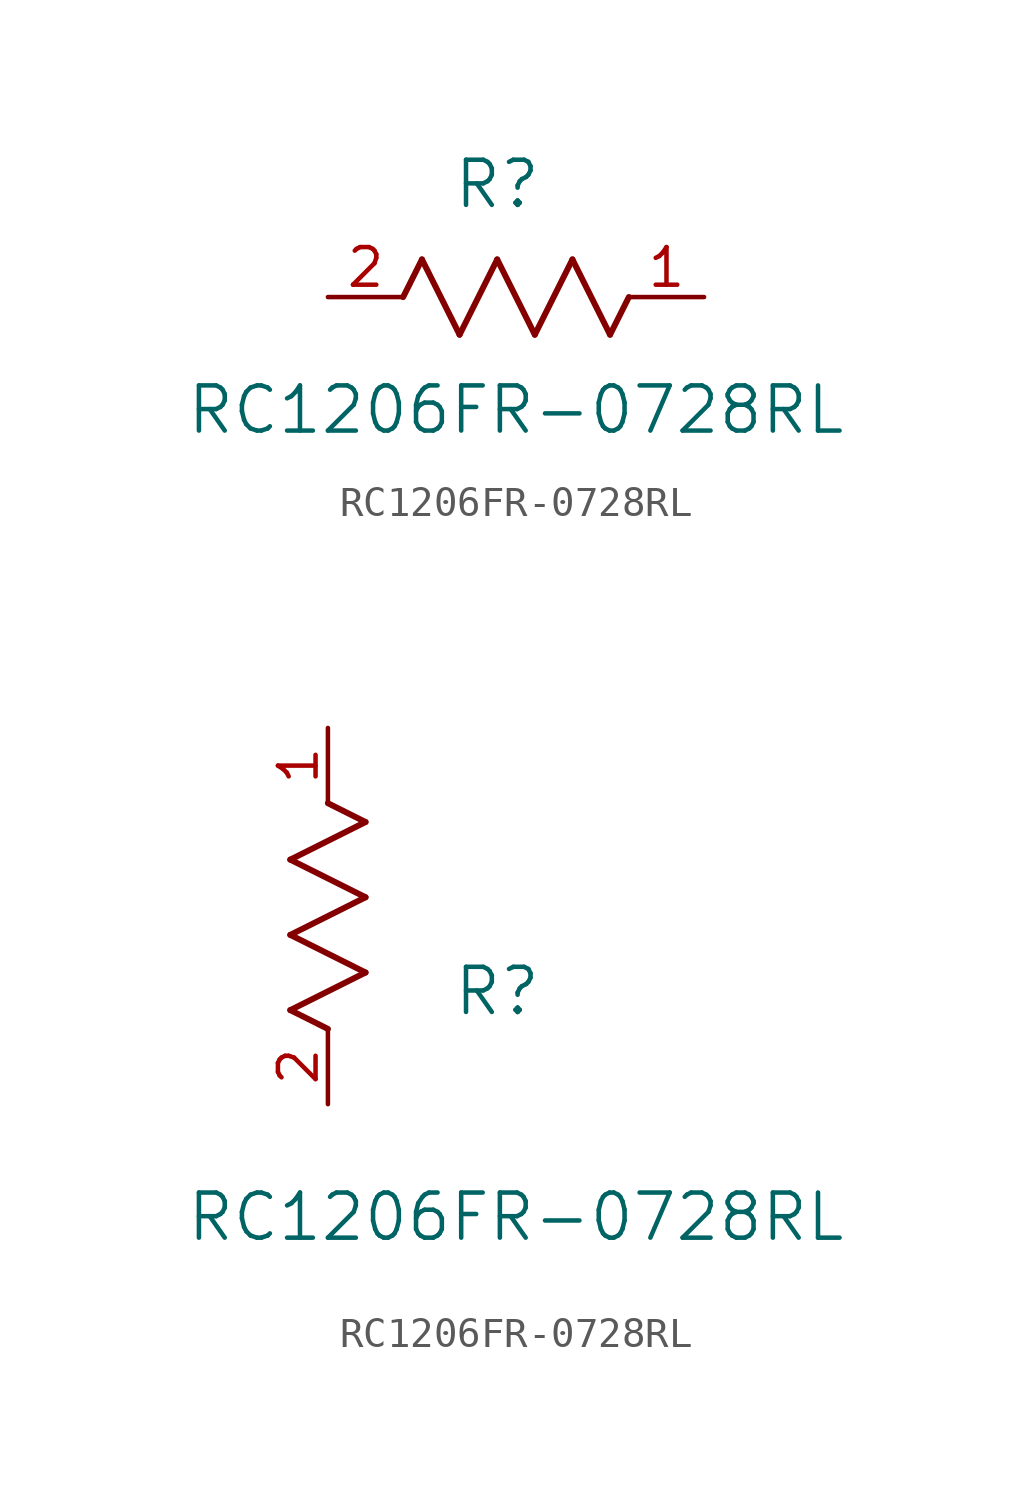
<source format=kicad_sym>
(kicad_symbol_lib
  (version 20211014)
  (generator kicad_symbol_editor)
  (symbol "RC1206FR-0728RL"
    (pin_names
      (offset 0.254))
    (property "Reference" "R"
      (at 5.715 3.81 0)
      (effects (font (size 1.524 1.524))))
    (property "Value" "RC1206FR-0728RL"
      (at 6.35 -3.81 0)
      (effects (font (size 1.524 1.524))))
    (symbol "RC1206FR-0728RL_1_1"
      (polyline (pts (xy 3.175 1.27) (xy 4.445 -1.27)) (stroke (width 0.203) (type default) (color 0 0 0 0)) (fill (type none)))
      (polyline (pts (xy 4.445 -1.27) (xy 5.715 1.27)) (stroke (width 0.203) (type default) (color 0 0 0 0)) (fill (type none)))
      (polyline (pts (xy 5.715 1.27) (xy 6.985 -1.27)) (stroke (width 0.203) (type default) (color 0 0 0 0)) (fill (type none)))
      (polyline (pts (xy 6.985 -1.27) (xy 8.255 1.27)) (stroke (width 0.203) (type default) (color 0 0 0 0)) (fill (type none)))
      (polyline (pts (xy 8.255 1.27) (xy 9.525 -1.27)) (stroke (width 0.203) (type default) (color 0 0 0 0)) (fill (type none)))
      (polyline (pts (xy 2.54 0) (xy 3.175 1.27)) (stroke (width 0.203) (type default) (color 0 0 0 0)) (fill (type none)))
      (polyline (pts (xy 9.525 -1.27) (xy 10.16 0)) (stroke (width 0.203) (type default) (color 0 0 0 0)) (fill (type none)))
      (pin unspecified line (at 12.7 0 180) (length 2.54) (name "" (effects (font (size 1.27 1.27)))) (number "1" (effects (font (size 1.27 1.27)))))
      (pin unspecified line (at 0 0 0) (length 2.54) (name "" (effects (font (size 1.27 1.27)))) (number "2" (effects (font (size 1.27 1.27))))))
    (symbol "RC1206FR-0728RL_1_2"
      (polyline (pts (xy 0 2.54) (xy -1.27 3.175)) (stroke (width 0.203) (type default) (color 0 0 0 0)) (fill (type none)))
      (polyline (pts (xy -1.27 3.175) (xy 1.27 4.445)) (stroke (width 0.203) (type default) (color 0 0 0 0)) (fill (type none)))
      (polyline (pts (xy 1.27 4.445) (xy -1.27 5.715)) (stroke (width 0.203) (type default) (color 0 0 0 0)) (fill (type none)))
      (polyline (pts (xy -1.27 5.715) (xy 1.27 6.985)) (stroke (width 0.203) (type default) (color 0 0 0 0)) (fill (type none)))
      (polyline (pts (xy -1.27 8.255) (xy 1.27 9.525)) (stroke (width 0.203) (type default) (color 0 0 0 0)) (fill (type none)))
      (polyline (pts (xy 1.27 9.525) (xy 0 10.16)) (stroke (width 0.203) (type default) (color 0 0 0 0)) (fill (type none)))
      (polyline (pts (xy 1.27 6.985) (xy -1.27 8.255)) (stroke (width 0.203) (type default) (color 0 0 0 0)) (fill (type none)))
      (pin unspecified line (at 0 12.7 270) (length 2.54) (name "" (effects (font (size 1.27 1.27)))) (number "1" (effects (font (size 1.27 1.27)))))
      (pin unspecified line (at 0 0 90) (length 2.54) (name "" (effects (font (size 1.27 1.27)))) (number "2" (effects (font (size 1.27 1.27))))))))
</source>
